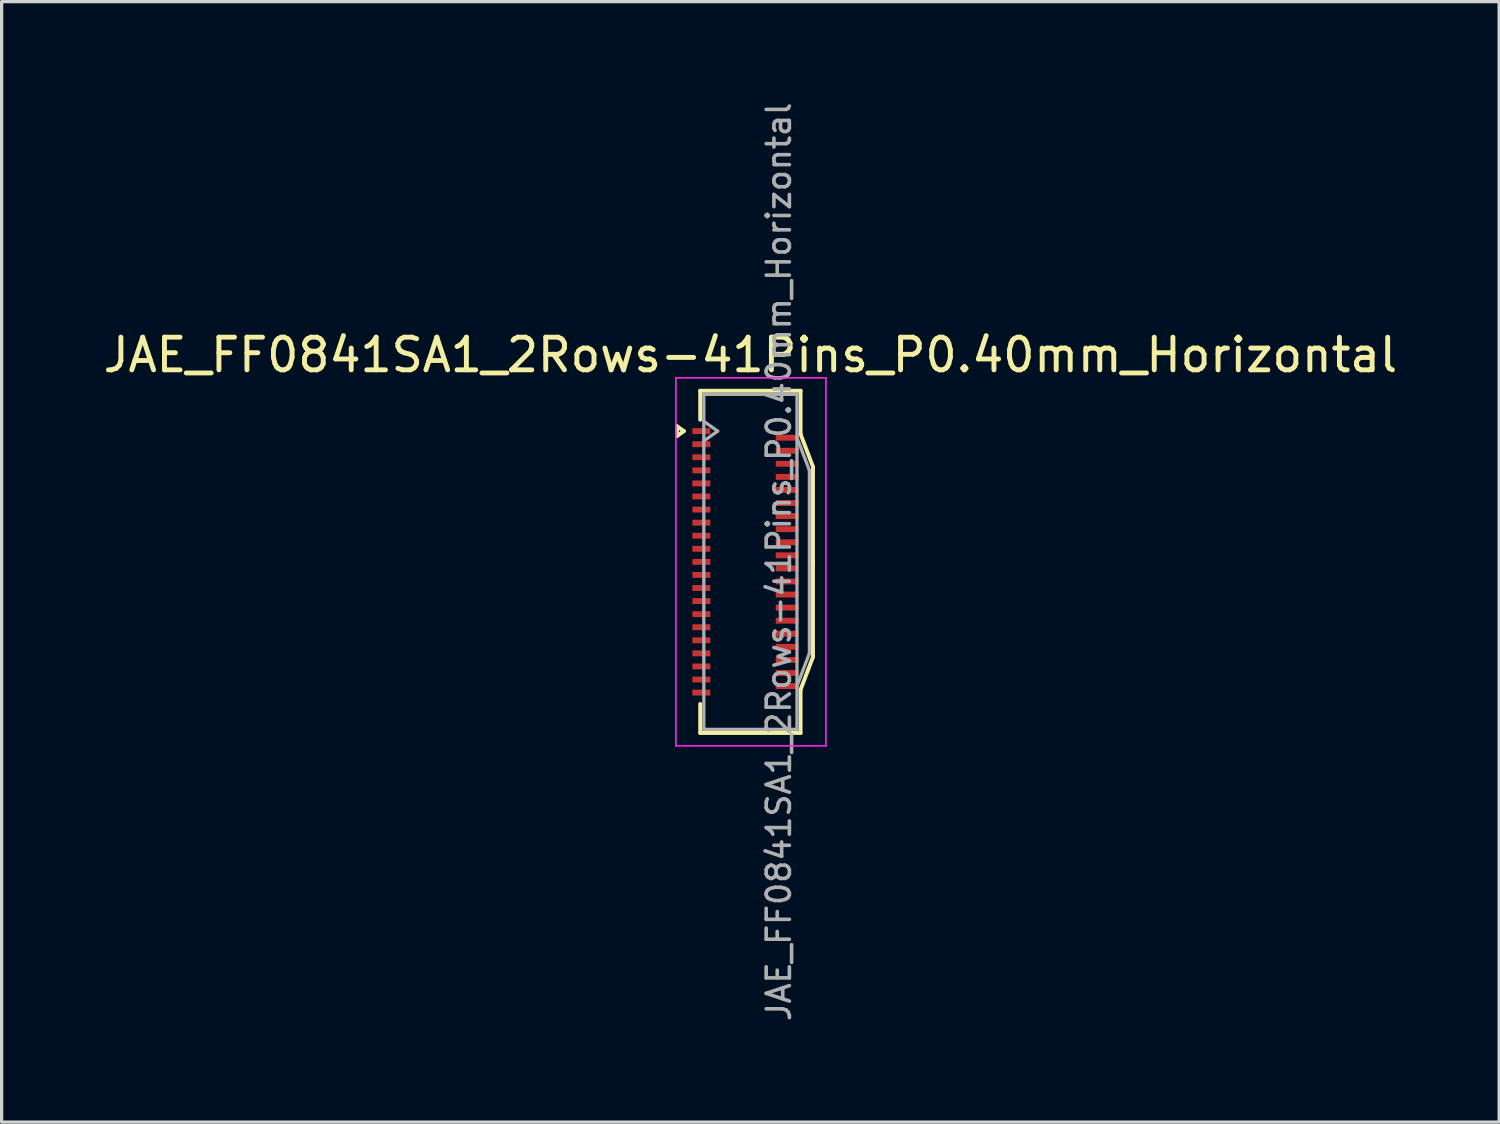
<source format=kicad_pcb>
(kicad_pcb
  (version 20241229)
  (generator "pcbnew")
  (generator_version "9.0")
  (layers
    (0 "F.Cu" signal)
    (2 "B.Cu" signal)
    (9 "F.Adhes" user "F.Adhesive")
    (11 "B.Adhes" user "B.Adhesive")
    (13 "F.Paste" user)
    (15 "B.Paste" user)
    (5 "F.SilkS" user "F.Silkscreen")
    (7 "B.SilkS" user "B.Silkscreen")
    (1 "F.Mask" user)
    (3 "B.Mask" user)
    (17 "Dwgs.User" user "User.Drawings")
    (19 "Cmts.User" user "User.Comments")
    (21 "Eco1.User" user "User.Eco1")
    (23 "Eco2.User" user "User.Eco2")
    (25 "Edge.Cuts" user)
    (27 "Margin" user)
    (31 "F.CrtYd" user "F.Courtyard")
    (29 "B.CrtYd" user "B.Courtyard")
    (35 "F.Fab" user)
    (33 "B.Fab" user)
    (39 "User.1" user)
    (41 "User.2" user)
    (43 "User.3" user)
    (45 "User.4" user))
  (footprint "JAE_FF0841SA1_2Rows-41Pins_P0.40mm_Horizontal"
    (layer "F.Cu")
    (at 19.761 14.142)
    (property "Reference" "JAE_FF0841SA1_2Rows-41Pins_P0.40mm_Horizontal" (at 0.15 -6.33 0) (layer "F.SilkS") (effects (font (size 1 1) (thickness 0.15))))
    (attr smd)
    (fp_line (start -2.097 -4.15) (end -1.885 -4) (stroke (width 0.12) (type solid)) (layer "F.SilkS"))
    (fp_line (start -2.097 -3.85) (end -2.097 -4.15) (stroke (width 0.12) (type solid)) (layer "F.SilkS"))
    (fp_line (start -1.885 -4) (end -2.097 -3.85) (stroke (width 0.12) (type solid)) (layer "F.SilkS"))
    (fp_line (start -1.385 -5.235) (end 1.685 -5.235) (stroke (width 0.12) (type solid)) (layer "F.SilkS"))
    (fp_line (start -1.385 -4.35) (end -1.385 -5.235) (stroke (width 0.12) (type solid)) (layer "F.SilkS"))
    (fp_line (start -1.385 4.35) (end -1.385 5.235) (stroke (width 0.12) (type solid)) (layer "F.SilkS"))
    (fp_line (start -1.385 5.235) (end 1.685 5.235) (stroke (width 0.12) (type solid)) (layer "F.SilkS"))
    (fp_line (start 1.685 -5.235) (end 1.685 -3.91) (stroke (width 0.12) (type solid)) (layer "F.SilkS"))
    (fp_line (start 1.685 -3.91) (end 2.065 -2.91) (stroke (width 0.12) (type solid)) (layer "F.SilkS"))
    (fp_line (start 1.685 3.91) (end 2.065 2.91) (stroke (width 0.12) (type solid)) (layer "F.SilkS"))
    (fp_line (start 1.685 5.235) (end 1.685 3.91) (stroke (width 0.12) (type solid)) (layer "F.SilkS"))
    (fp_line (start 2.065 -2.91) (end 2.065 0) (stroke (width 0.12) (type solid)) (layer "F.SilkS"))
    (fp_line (start 2.065 2.91) (end 2.065 0) (stroke (width 0.12) (type solid)) (layer "F.SilkS"))
    (fp_line (start -2.13 -5.63) (end -2.13 5.63) (stroke (width 0.05) (type solid)) (layer "F.CrtYd"))
    (fp_line (start -2.13 5.63) (end 2.46 5.63) (stroke (width 0.05) (type solid)) (layer "F.CrtYd"))
    (fp_line (start 2.46 -5.63) (end -2.13 -5.63) (stroke (width 0.05) (type solid)) (layer "F.CrtYd"))
    (fp_line (start 2.46 5.63) (end 2.46 -5.63) (stroke (width 0.05) (type solid)) (layer "F.CrtYd"))
    (fp_line (start -1.275 -5.125) (end -1.275 5.125) (stroke (width 0.1) (type solid)) (layer "F.Fab"))
    (fp_line (start -1.275 -4.3) (end -0.851 -4) (stroke (width 0.1) (type solid)) (layer "F.Fab"))
    (fp_line (start -1.275 5.125) (end 1.575 5.125) (stroke (width 0.1) (type solid)) (layer "F.Fab"))
    (fp_line (start -0.851 -4) (end -1.275 -3.7) (stroke (width 0.1) (type solid)) (layer "F.Fab"))
    (fp_line (start 1.575 -5.125) (end -1.275 -5.125) (stroke (width 0.1) (type solid)) (layer "F.Fab"))
    (fp_line (start 1.575 -3.8) (end 1.955 -2.8) (stroke (width 0.1) (type solid)) (layer "F.Fab"))
    (fp_line (start 1.575 5.125) (end 1.575 -5.125) (stroke (width 0.1) (type solid)) (layer "F.Fab"))
    (fp_line (start 1.955 -2.8) (end 1.955 2.8) (stroke (width 0.1) (type solid)) (layer "F.Fab"))
    (fp_line (start 1.955 2.8) (end 1.575 3.8) (stroke (width 0.1) (type solid)) (layer "F.Fab"))
    (fp_text user "${REFERENCE}" (at 1.02 0 270) (layer "F.Fab") (effects (font (size 0.71 0.71) (thickness 0.11))))
    (pad "1" smd rect (at -1.35 -4) (size 0.55 0.18) (layers "F.Cu" "F.Mask" "F.Paste"))
    (pad "2" smd rect (at 1.275 -3.8) (size 0.7 0.18) (layers "F.Cu" "F.Mask" "F.Paste"))
    (pad "3" smd rect (at -1.35 -3.6) (size 0.55 0.18) (layers "F.Cu" "F.Mask" "F.Paste"))
    (pad "4" smd rect (at 1.275 -3.4) (size 0.7 0.18) (layers "F.Cu" "F.Mask" "F.Paste"))
    (pad "5" smd rect (at -1.35 -3.2) (size 0.55 0.18) (layers "F.Cu" "F.Mask" "F.Paste"))
    (pad "6" smd rect (at 1.275 -3) (size 0.7 0.18) (layers "F.Cu" "F.Mask" "F.Paste"))
    (pad "7" smd rect (at -1.35 -2.8) (size 0.55 0.18) (layers "F.Cu" "F.Mask" "F.Paste"))
    (pad "8" smd rect (at 1.275 -2.6) (size 0.7 0.18) (layers "F.Cu" "F.Mask" "F.Paste"))
    (pad "9" smd rect (at -1.35 -2.4) (size 0.55 0.18) (layers "F.Cu" "F.Mask" "F.Paste"))
    (pad "10" smd rect (at 1.275 -2.2) (size 0.7 0.18) (layers "F.Cu" "F.Mask" "F.Paste"))
    (pad "11" smd rect (at -1.35 -2) (size 0.55 0.18) (layers "F.Cu" "F.Mask" "F.Paste"))
    (pad "12" smd rect (at 1.275 -1.8) (size 0.7 0.18) (layers "F.Cu" "F.Mask" "F.Paste"))
    (pad "13" smd rect (at -1.35 -1.6) (size 0.55 0.18) (layers "F.Cu" "F.Mask" "F.Paste"))
    (pad "14" smd rect (at 1.275 -1.4) (size 0.7 0.18) (layers "F.Cu" "F.Mask" "F.Paste"))
    (pad "15" smd rect (at -1.35 -1.2) (size 0.55 0.18) (layers "F.Cu" "F.Mask" "F.Paste"))
    (pad "16" smd rect (at 1.275 -1) (size 0.7 0.18) (layers "F.Cu" "F.Mask" "F.Paste"))
    (pad "17" smd rect (at -1.35 -0.8) (size 0.55 0.18) (layers "F.Cu" "F.Mask" "F.Paste"))
    (pad "18" smd rect (at 1.275 -0.6) (size 0.7 0.18) (layers "F.Cu" "F.Mask" "F.Paste"))
    (pad "19" smd rect (at -1.35 -0.4) (size 0.55 0.18) (layers "F.Cu" "F.Mask" "F.Paste"))
    (pad "20" smd rect (at 1.275 -0.2) (size 0.7 0.18) (layers "F.Cu" "F.Mask" "F.Paste"))
    (pad "21" smd rect (at -1.35 0) (size 0.55 0.18) (layers "F.Cu" "F.Mask" "F.Paste"))
    (pad "22" smd rect (at 1.275 0.2) (size 0.7 0.18) (layers "F.Cu" "F.Mask" "F.Paste"))
    (pad "23" smd rect (at -1.35 0.4) (size 0.55 0.18) (layers "F.Cu" "F.Mask" "F.Paste"))
    (pad "24" smd rect (at 1.275 0.6) (size 0.7 0.18) (layers "F.Cu" "F.Mask" "F.Paste"))
    (pad "25" smd rect (at -1.35 0.8) (size 0.55 0.18) (layers "F.Cu" "F.Mask" "F.Paste"))
    (pad "26" smd rect (at 1.275 1) (size 0.7 0.18) (layers "F.Cu" "F.Mask" "F.Paste"))
    (pad "27" smd rect (at -1.35 1.2) (size 0.55 0.18) (layers "F.Cu" "F.Mask" "F.Paste"))
    (pad "28" smd rect (at 1.275 1.4) (size 0.7 0.18) (layers "F.Cu" "F.Mask" "F.Paste"))
    (pad "29" smd rect (at -1.35 1.6) (size 0.55 0.18) (layers "F.Cu" "F.Mask" "F.Paste"))
    (pad "30" smd rect (at 1.275 1.8) (size 0.7 0.18) (layers "F.Cu" "F.Mask" "F.Paste"))
    (pad "31" smd rect (at -1.35 2) (size 0.55 0.18) (layers "F.Cu" "F.Mask" "F.Paste"))
    (pad "32" smd rect (at 1.275 2.2) (size 0.7 0.18) (layers "F.Cu" "F.Mask" "F.Paste"))
    (pad "33" smd rect (at -1.35 2.4) (size 0.55 0.18) (layers "F.Cu" "F.Mask" "F.Paste"))
    (pad "34" smd rect (at 1.275 2.6) (size 0.7 0.18) (layers "F.Cu" "F.Mask" "F.Paste"))
    (pad "35" smd rect (at -1.35 2.8) (size 0.55 0.18) (layers "F.Cu" "F.Mask" "F.Paste"))
    (pad "36" smd rect (at 1.275 3) (size 0.7 0.18) (layers "F.Cu" "F.Mask" "F.Paste"))
    (pad "37" smd rect (at -1.35 3.2) (size 0.55 0.18) (layers "F.Cu" "F.Mask" "F.Paste"))
    (pad "38" smd rect (at 1.275 3.4) (size 0.7 0.18) (layers "F.Cu" "F.Mask" "F.Paste"))
    (pad "39" smd rect (at -1.35 3.6) (size 0.55 0.18) (layers "F.Cu" "F.Mask" "F.Paste"))
    (pad "40" smd rect (at 1.275 3.8) (size 0.7 0.18) (layers "F.Cu" "F.Mask" "F.Paste"))
    (pad "41" smd rect (at -1.35 4) (size 0.55 0.18) (layers "F.Cu" "F.Mask" "F.Paste")))
  (gr_rect
    (start -3 -3)
    (end 42.821 31.284)
    (stroke (width 0.1) (type default))
    (fill no)
    (layer "Edge.Cuts")))
</source>
